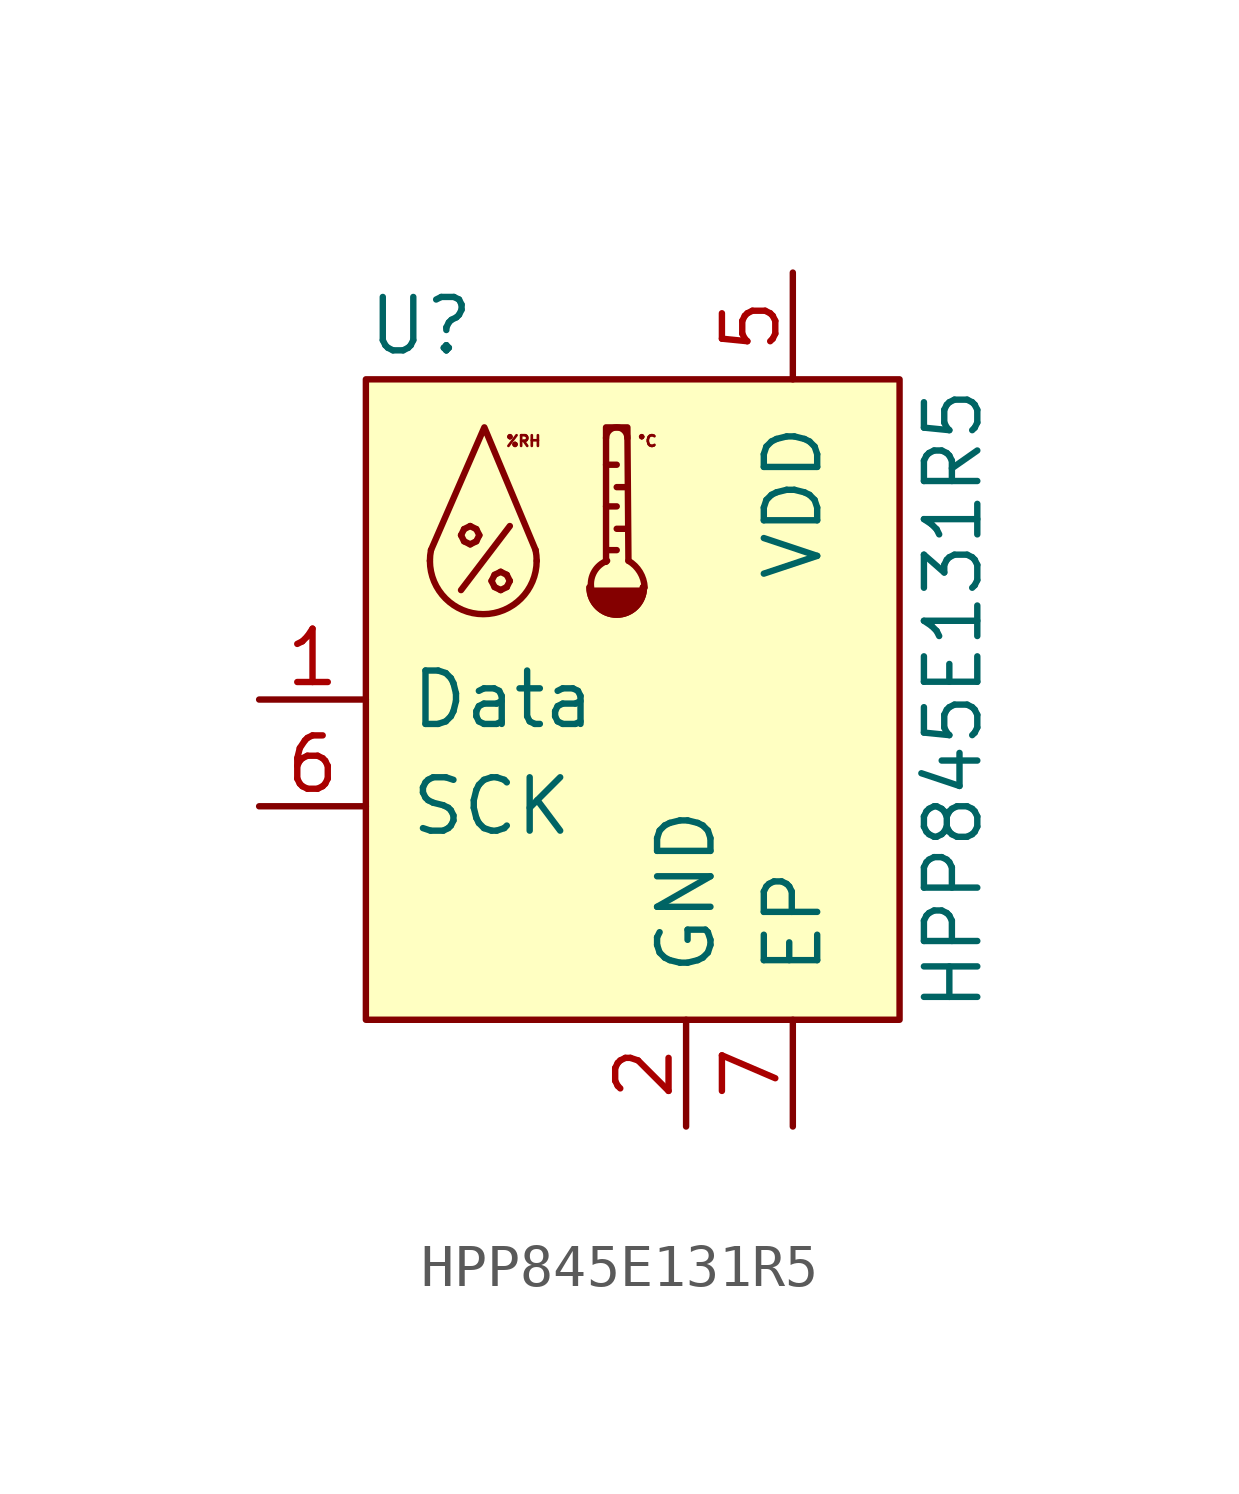
<source format=kicad_sym>
(kicad_symbol_lib
  (version 20231120)
  (generator "kicad_symbol_editor")
  (generator_version "8.0")
  (symbol "HPP845E131R5"
    (pin_names
      (offset 1.016))
    (property "Reference" "U"
      (at -10.16 13.97 0)
      (effects (font (size 1.27 1.27)) (justify left)))
    (property "Value" "HPP845E131R5"
      (at 3.81 5.08 90)
      (effects (font (size 1.27 1.27))))
    (symbol "HPP845E131R5_0_0"
      (arc (start -8.636 8.382) (mid -7.366 7.112) (end -6.096 8.382) (stroke (width 0) (type solid)) (fill (type none)))
      (arc (start -8.6106 8.636) (mid -8.6298 8.5096) (end -8.636 8.382) (stroke (width 0) (type solid)) (fill (type none)))
      (arc (start -6.096 8.382) (mid -6.1024 8.5096) (end -6.1214 8.636) (stroke (width 0) (type solid)) (fill (type none)))
      (arc (start -4.826 7.747) (mid -4.191 7.112) (end -3.556 7.747) (stroke (width 0.1778) (type solid)) (fill (type none)))
      (arc (start -4.826 7.747) (mid -4.191 7.112) (end -3.556 7.747) (stroke (width 0.1778) (type solid)) (fill (type outline)))
      (arc (start -4.4196 8.382) (mid -4.7223 8.1277) (end -4.8006 7.747) (stroke (width 0) (type solid)) (fill (type none)))
      (arc (start -3.937 11.303) (mid -4.191 11.557) (end -4.445 11.303) (stroke (width 0) (type solid)) (fill (type none)))
      (arc (start -3.5306 7.747) (mid -3.6379 8.1079) (end -3.9116 8.382) (stroke (width 0) (type solid)) (fill (type none)))
      (polyline (pts (xy -4.445 9.677) (xy -4.191 9.677)) (stroke (width 0) (type solid)) (fill (type none)))
      (polyline (pts (xy -4.42 8.636) (xy -4.191 8.636)) (stroke (width 0) (type solid)) (fill (type none)))
      (polyline (pts (xy -4.191 10.668) (xy -4.445 10.668)) (stroke (width 0) (type solid)) (fill (type none)))
      (polyline (pts (xy -3.937 9.144) (xy -4.191 9.144)) (stroke (width 0) (type solid)) (fill (type none)))
      (polyline (pts (xy -3.937 10.135) (xy -4.191 10.135)) (stroke (width 0) (type solid)) (fill (type none)))
      (polyline (pts (xy -8.611 8.636) (xy -7.341 11.557) (xy -6.121 8.636)) (stroke (width 0) (type solid)) (fill (type none)))
      (polyline (pts (xy -4.445 8.357) (xy -4.445 11.557) (xy -3.937 11.557) (xy -3.912 8.382)) (stroke (width 0) (type solid)) (fill (type none)))
      (text "%" (at -7.315 8.382 0) (effects (font (size 1.524 1.524))))
      (text "%RH" (at -6.858 11.379 0) (effects (font (size 0.254 0.254)) (justify left top)))
      (text "°C" (at -3.734 11.379 0) (effects (font (size 0.254 0.254)) (justify left top))))
    (symbol "HPP845E131R5_0_1"
      (rectangle (start -10.16 12.7) (end 2.54 -2.54) (stroke (width 0) (type solid)) (fill (type background))))
    (symbol "HPP845E131R5_1_1"
      (pin bidirectional line (at -12.7 5.08 0) (length 2.54) (name "Data" (effects (font (size 1.27 1.27)))) (number "1" (effects (font (size 1.27 1.27)))))
      (pin power_out line (at -2.54 -5.08 90) (length 2.54) (name "GND" (effects (font (size 1.27 1.27)))) (number "2" (effects (font (size 1.27 1.27)))))
      (pin no_connect line (at -5.08 -2.54 90) (length 0) hide (name "NC" (effects (font (size 1.27 1.27)))) (number "3" (effects (font (size 1.27 1.27)))))
      (pin no_connect line (at -7.62 -2.54 90) (length 0) hide (name "NC" (effects (font (size 1.27 1.27)))) (number "4" (effects (font (size 1.27 1.27)))))
      (pin power_in line (at 0 15.24 270) (length 2.54) (name "VDD" (effects (font (size 1.27 1.27)))) (number "5" (effects (font (size 1.27 1.27)))))
      (pin input line (at -12.7 2.54 0) (length 2.54) (name "SCK" (effects (font (size 1.27 1.27)))) (number "6" (effects (font (size 1.27 1.27)))))
      (pin power_out line (at 0 -5.08 90) (length 2.54) (name "EP" (effects (font (size 1.27 1.27)))) (number "7" (effects (font (size 1.27 1.27))))))))
</source>
